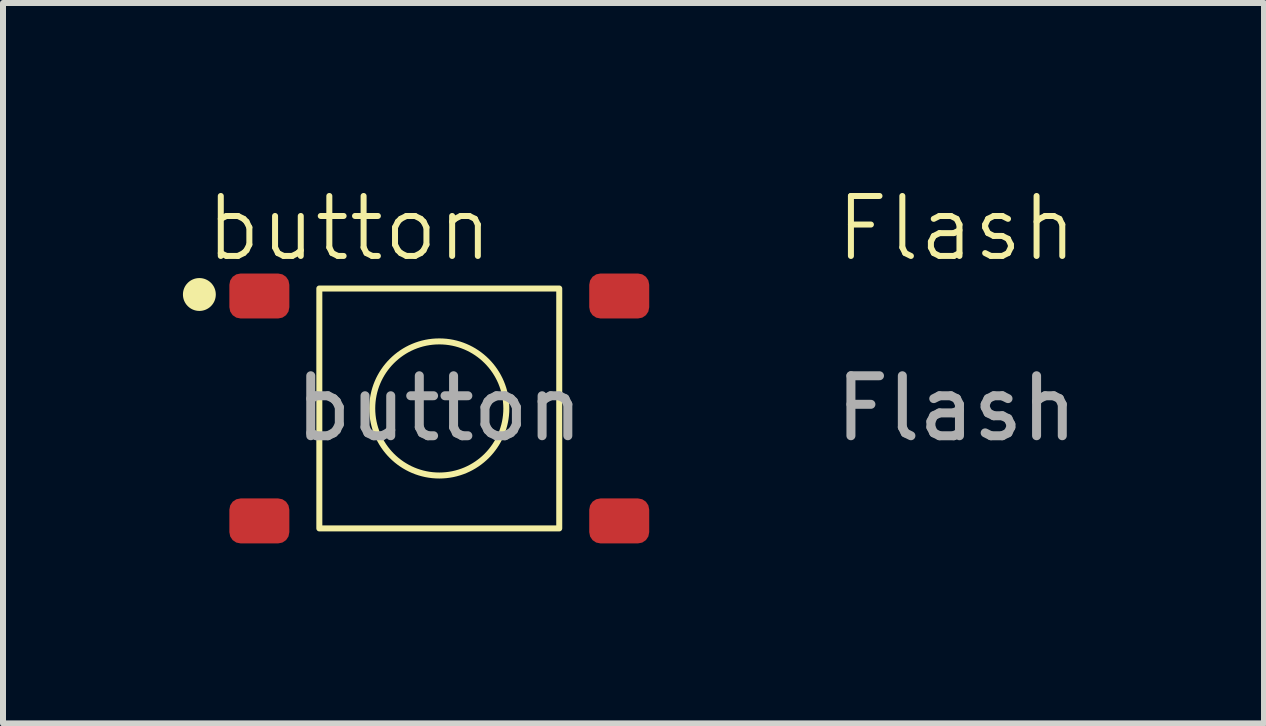
<source format=kicad_pcb>
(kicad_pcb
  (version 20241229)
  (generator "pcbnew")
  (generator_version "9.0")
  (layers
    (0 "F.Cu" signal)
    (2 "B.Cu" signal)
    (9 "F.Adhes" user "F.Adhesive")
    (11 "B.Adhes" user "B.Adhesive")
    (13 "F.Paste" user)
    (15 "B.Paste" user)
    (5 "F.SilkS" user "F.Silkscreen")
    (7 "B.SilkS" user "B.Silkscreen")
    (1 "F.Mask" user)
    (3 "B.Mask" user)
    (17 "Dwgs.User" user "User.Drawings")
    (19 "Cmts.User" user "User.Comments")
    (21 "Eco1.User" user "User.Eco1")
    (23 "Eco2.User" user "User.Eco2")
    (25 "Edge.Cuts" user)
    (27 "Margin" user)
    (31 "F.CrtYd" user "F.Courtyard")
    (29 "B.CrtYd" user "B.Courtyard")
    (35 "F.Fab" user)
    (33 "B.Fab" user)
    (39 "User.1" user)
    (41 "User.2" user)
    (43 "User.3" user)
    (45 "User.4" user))
  (footprint "Flash"
    (layer "F.Cu")
    (at 12.899 1.26)
    (property "Reference" "Flash" (at 0 -0.5 0) (unlocked yes) (layer "F.SilkS") (effects (font (size 1 1) (thickness 0.1))))
    (attr smd)
    (fp_text user "${REFERENCE}" (at 0 2.5 0) (unlocked yes) (layer "F.Fab") (effects (font (size 1 1) (thickness 0.15)))))
  (footprint "button"
    (layer "F.Cu")
    (at 4.274 3.76)
    (property "Reference" "button" (at -1.5 -3 0) (unlocked yes) (layer "F.SilkS") (effects (font (size 1 1) (thickness 0.1))))
    (attr smd)
    (fp_rect (start -2 -2) (end 2 2) (stroke (width 0.1) (type default)) (fill no) (layer "F.SilkS"))
    (fp_circle (center -4 -1.9) (end -3.776 -1.9) (stroke (width 0.1) (type solid)) (fill yes) (layer "F.SilkS"))
    (fp_circle (center 0 0) (end 0.5 -1) (stroke (width 0.1) (type default)) (fill no) (layer "F.SilkS"))
    (fp_text user "${REFERENCE}" (at 0 0 0) (unlocked yes) (layer "F.Fab") (effects (font (size 1 1) (thickness 0.15))))
    (pad "1" smd roundrect (at -3 -1.875) (size 1 0.75) (layers "F.Cu" "F.Mask" "F.Paste") (roundrect_rratio 0.25))
    (pad "2" smd roundrect (at 3 -1.875) (size 1 0.75) (layers "F.Cu" "F.Mask" "F.Paste") (roundrect_rratio 0.25))
    (pad "3" smd roundrect (at -3 1.875) (size 1 0.75) (layers "F.Cu" "F.Mask" "F.Paste") (roundrect_rratio 0.25))
    (pad "4" smd roundrect (at 3 1.875) (size 1 0.75) (layers "F.Cu" "F.Mask" "F.Paste") (roundrect_rratio 0.25)))
  (gr_rect
    (start -3 -3)
    (end 18.024 9.011)
    (stroke (width 0.1) (type default))
    (fill no)
    (layer "Edge.Cuts")))
</source>
